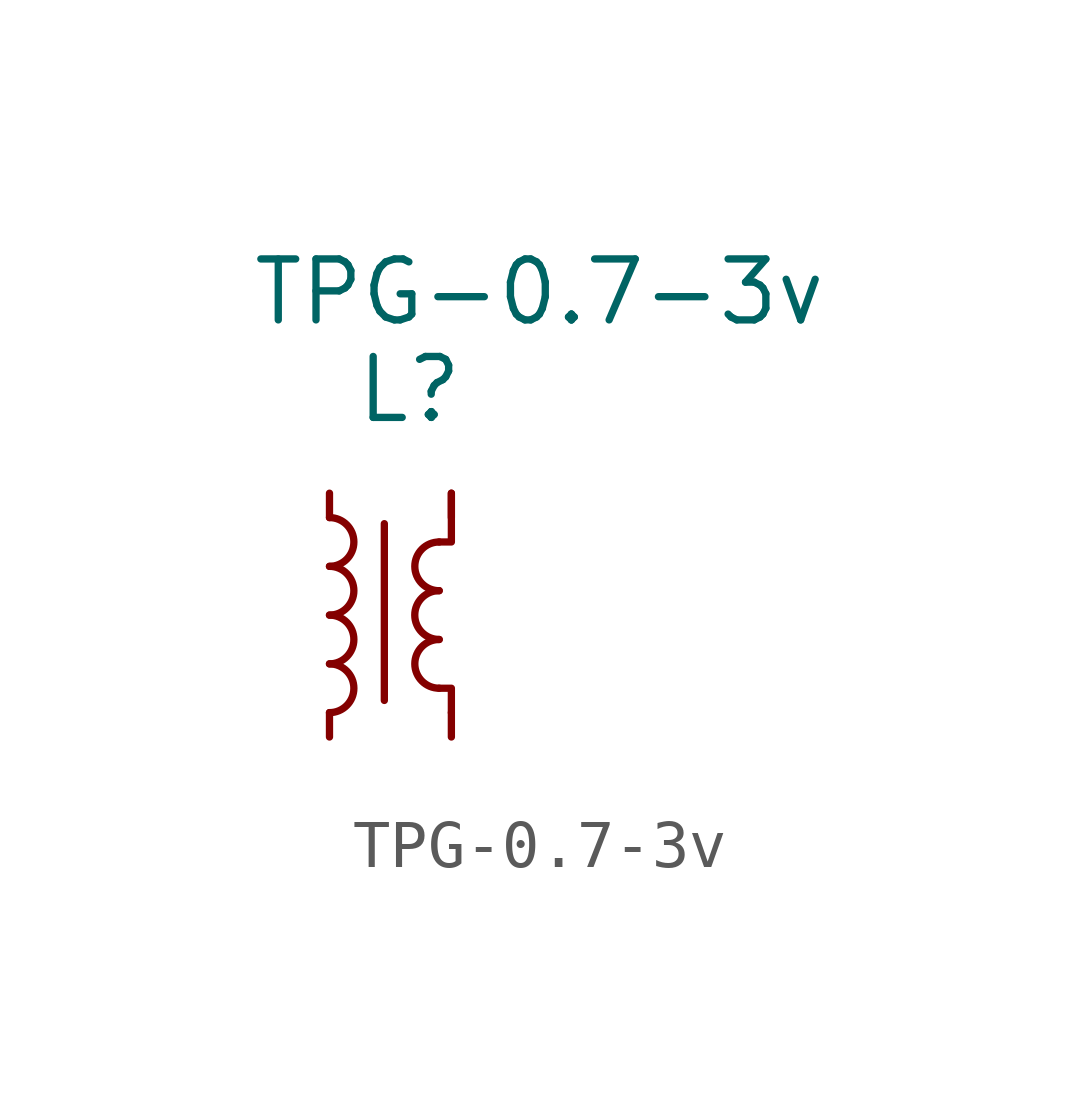
<source format=kicad_sym>
(kicad_symbol_lib
  (version 20220914)
  (generator kicad_symbol_editor)
  (symbol "TPG-0.7-3v"
    (pin_numbers hide)
    (pin_names
      (offset 0.254) hide)
    (property "Reference" "L"
      (at 0.508 4.699 0)
      (effects (font (size 1.27 1.27)) (justify left)))
    (property "Value" "TPG-0.7-3v"
      (at -1.651 6.731 0)
      (effects (font (size 1.27 1.27)) (justify left)))
    (symbol "TPG-0.7-3v_0_1"
      (arc (start 0 -2.032) (mid 0.5058 -1.524) (end 0 -1.016) (stroke (width 0) (type default)) (fill (type none)))
      (arc (start 0 -1.016) (mid 0.5058 -0.508) (end 0 0) (stroke (width 0) (type default)) (fill (type none)))
      (polyline (pts (xy 1.143 1.905) (xy 1.143 -1.778)) (stroke (width 0) (type default)) (fill (type none)))
      (polyline (pts (xy 2.54 -2.032) (xy 2.54 -1.524) (xy 2.286 -1.524)) (stroke (width 0) (type default)) (fill (type none)))
      (polyline (pts (xy 2.54 2.54) (xy 2.54 1.524) (xy 2.286 1.524) (xy 2.54 1.524) (xy 2.286 1.524)) (stroke (width 0) (type default)) (fill (type none)))
      (arc (start 0 0) (mid 0.5058 0.508) (end 0 1.016) (stroke (width 0) (type default)) (fill (type none)))
      (arc (start 0 1.016) (mid 0.5058 1.524) (end 0 2.032) (stroke (width 0) (type default)) (fill (type none)))
      (arc (start 2.286 -0.508) (mid 1.7802 -1.016) (end 2.286 -1.524) (stroke (width 0) (type default)) (fill (type none)))
      (arc (start 2.286 0.508) (mid 1.7802 0) (end 2.286 -0.508) (stroke (width 0) (type default)) (fill (type none)))
      (arc (start 2.286 1.524) (mid 1.7802 1.016) (end 2.286 0.508) (stroke (width 0) (type default)) (fill (type none))))
    (symbol "TPG-0.7-3v_1_1"
      (pin passive line (at 0 2.54 270) (length 0.508) (name "~" (effects (font (size 1.27 1.27)))) (number "1" (effects (font (size 1.27 1.27)))))
      (pin passive line (at 0 -2.54 90) (length 0.508) (name "~" (effects (font (size 1.27 1.27)))) (number "2" (effects (font (size 1.27 1.27)))))
      (pin passive line (at 2.54 -2.54 90) (length 0.508) (name "~" (effects (font (size 1.27 1.27)))) (number "3" (effects (font (size 1.27 1.27)))))
      (pin passive line (at 2.54 2.54 270) (length 0.508) (name "~" (effects (font (size 1.27 1.27)))) (number "4" (effects (font (size 1.27 1.27))))))))
</source>
